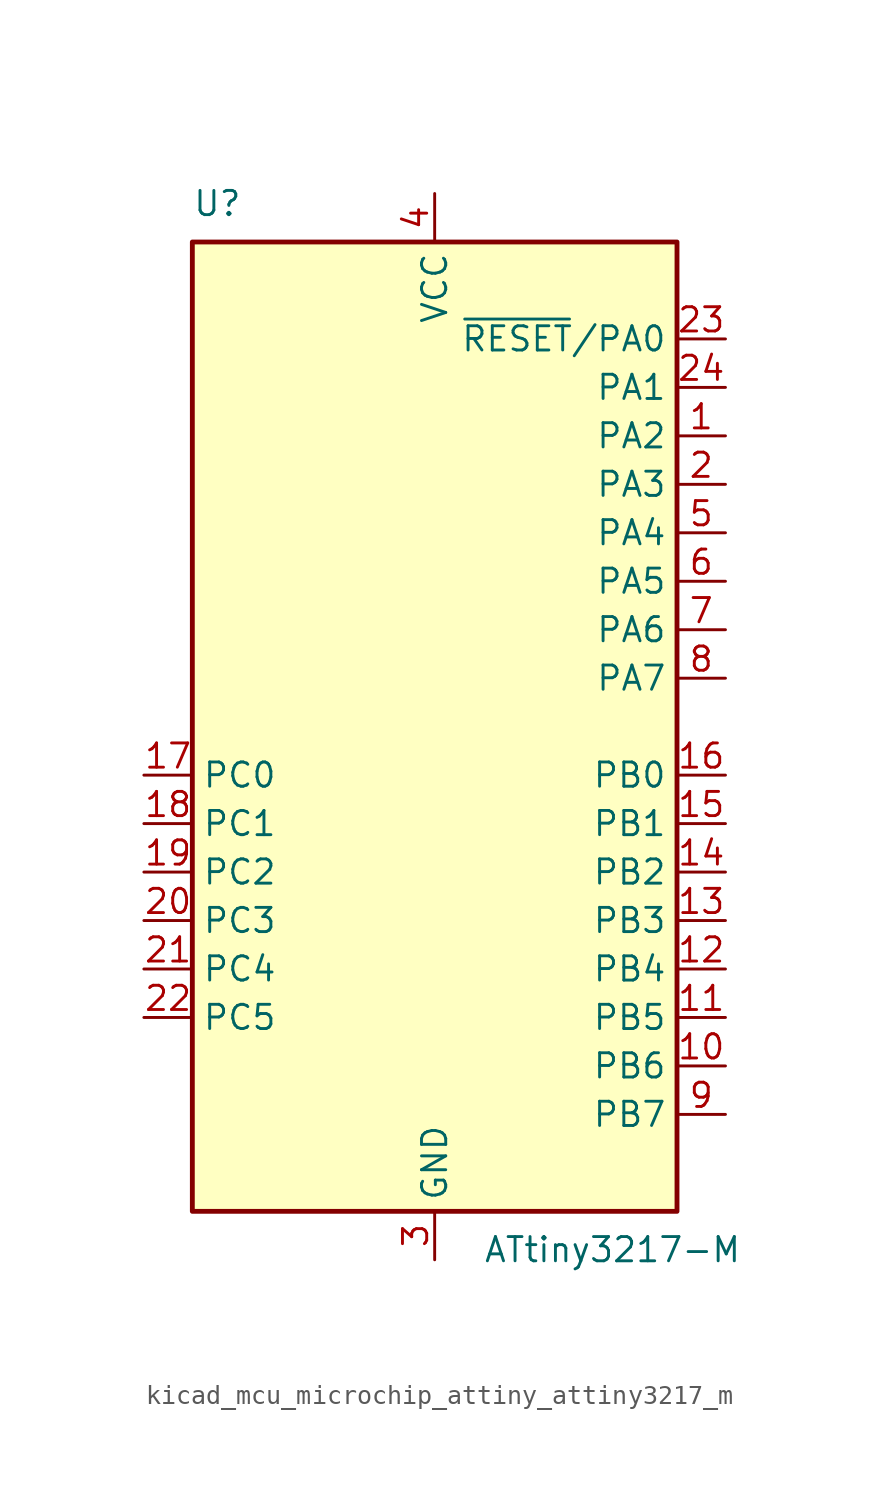
<source format=kicad_sym>
(kicad_symbol_lib
  (version 20220914)
  (generator kicad_symbol_editor)
  (symbol "kicad_mcu_microchip_attiny_attiny3217_m"
    (property "Reference" "U"
      (at -12.7 26.67 0)
      (effects (font (size 1.27 1.27)) (justify left bottom)))
    (property "Value" "ATtiny3217-M"
      (at 2.54 -26.67 0)
      (effects (font (size 1.27 1.27)) (justify left top)))
    (symbol "kicad_mcu_microchip_attiny_attiny3217_m_0_1"
      (rectangle (start -12.7 -25.4) (end 12.7 25.4) (stroke (width 0.254) (type default)) (fill (type background))))
    (symbol "kicad_mcu_microchip_attiny_attiny3217_m_1_1"
      (pin bidirectional line (at 15.24 15.24 180) (length 2.54) (name "PA2" (effects (font (size 1.27 1.27)))) (number "1" (effects (font (size 1.27 1.27)))))
      (pin bidirectional line (at 15.24 -17.78 180) (length 2.54) (name "PB6" (effects (font (size 1.27 1.27)))) (number "10" (effects (font (size 1.27 1.27)))))
      (pin bidirectional line (at 15.24 -15.24 180) (length 2.54) (name "PB5" (effects (font (size 1.27 1.27)))) (number "11" (effects (font (size 1.27 1.27)))))
      (pin bidirectional line (at 15.24 -12.7 180) (length 2.54) (name "PB4" (effects (font (size 1.27 1.27)))) (number "12" (effects (font (size 1.27 1.27)))))
      (pin bidirectional line (at 15.24 -10.16 180) (length 2.54) (name "PB3" (effects (font (size 1.27 1.27)))) (number "13" (effects (font (size 1.27 1.27)))))
      (pin bidirectional line (at 15.24 -7.62 180) (length 2.54) (name "PB2" (effects (font (size 1.27 1.27)))) (number "14" (effects (font (size 1.27 1.27)))))
      (pin bidirectional line (at 15.24 -5.08 180) (length 2.54) (name "PB1" (effects (font (size 1.27 1.27)))) (number "15" (effects (font (size 1.27 1.27)))))
      (pin bidirectional line (at 15.24 -2.54 180) (length 2.54) (name "PB0" (effects (font (size 1.27 1.27)))) (number "16" (effects (font (size 1.27 1.27)))))
      (pin bidirectional line (at -15.24 -2.54 0) (length 2.54) (name "PC0" (effects (font (size 1.27 1.27)))) (number "17" (effects (font (size 1.27 1.27)))))
      (pin bidirectional line (at -15.24 -5.08 0) (length 2.54) (name "PC1" (effects (font (size 1.27 1.27)))) (number "18" (effects (font (size 1.27 1.27)))))
      (pin bidirectional line (at -15.24 -7.62 0) (length 2.54) (name "PC2" (effects (font (size 1.27 1.27)))) (number "19" (effects (font (size 1.27 1.27)))))
      (pin bidirectional line (at 15.24 12.7 180) (length 2.54) (name "PA3" (effects (font (size 1.27 1.27)))) (number "2" (effects (font (size 1.27 1.27)))))
      (pin bidirectional line (at -15.24 -10.16 0) (length 2.54) (name "PC3" (effects (font (size 1.27 1.27)))) (number "20" (effects (font (size 1.27 1.27)))))
      (pin bidirectional line (at -15.24 -12.7 0) (length 2.54) (name "PC4" (effects (font (size 1.27 1.27)))) (number "21" (effects (font (size 1.27 1.27)))))
      (pin bidirectional line (at -15.24 -15.24 0) (length 2.54) (name "PC5" (effects (font (size 1.27 1.27)))) (number "22" (effects (font (size 1.27 1.27)))))
      (pin bidirectional line (at 15.24 20.32 180) (length 2.54) (name "~{RESET}/PA0" (effects (font (size 1.27 1.27)))) (number "23" (effects (font (size 1.27 1.27)))))
      (pin bidirectional line (at 15.24 17.78 180) (length 2.54) (name "PA1" (effects (font (size 1.27 1.27)))) (number "24" (effects (font (size 1.27 1.27)))))
      (pin passive line (at 0 -27.94 90) (length 2.54) hide (name "GND" (effects (font (size 1.27 1.27)))) (number "25" (effects (font (size 1.27 1.27)))))
      (pin power_in line (at 0 -27.94 90) (length 2.54) (name "GND" (effects (font (size 1.27 1.27)))) (number "3" (effects (font (size 1.27 1.27)))))
      (pin power_in line (at 0 27.94 270) (length 2.54) (name "VCC" (effects (font (size 1.27 1.27)))) (number "4" (effects (font (size 1.27 1.27)))))
      (pin bidirectional line (at 15.24 10.16 180) (length 2.54) (name "PA4" (effects (font (size 1.27 1.27)))) (number "5" (effects (font (size 1.27 1.27)))))
      (pin bidirectional line (at 15.24 7.62 180) (length 2.54) (name "PA5" (effects (font (size 1.27 1.27)))) (number "6" (effects (font (size 1.27 1.27)))))
      (pin bidirectional line (at 15.24 5.08 180) (length 2.54) (name "PA6" (effects (font (size 1.27 1.27)))) (number "7" (effects (font (size 1.27 1.27)))))
      (pin bidirectional line (at 15.24 2.54 180) (length 2.54) (name "PA7" (effects (font (size 1.27 1.27)))) (number "8" (effects (font (size 1.27 1.27)))))
      (pin bidirectional line (at 15.24 -20.32 180) (length 2.54) (name "PB7" (effects (font (size 1.27 1.27)))) (number "9" (effects (font (size 1.27 1.27))))))))
</source>
